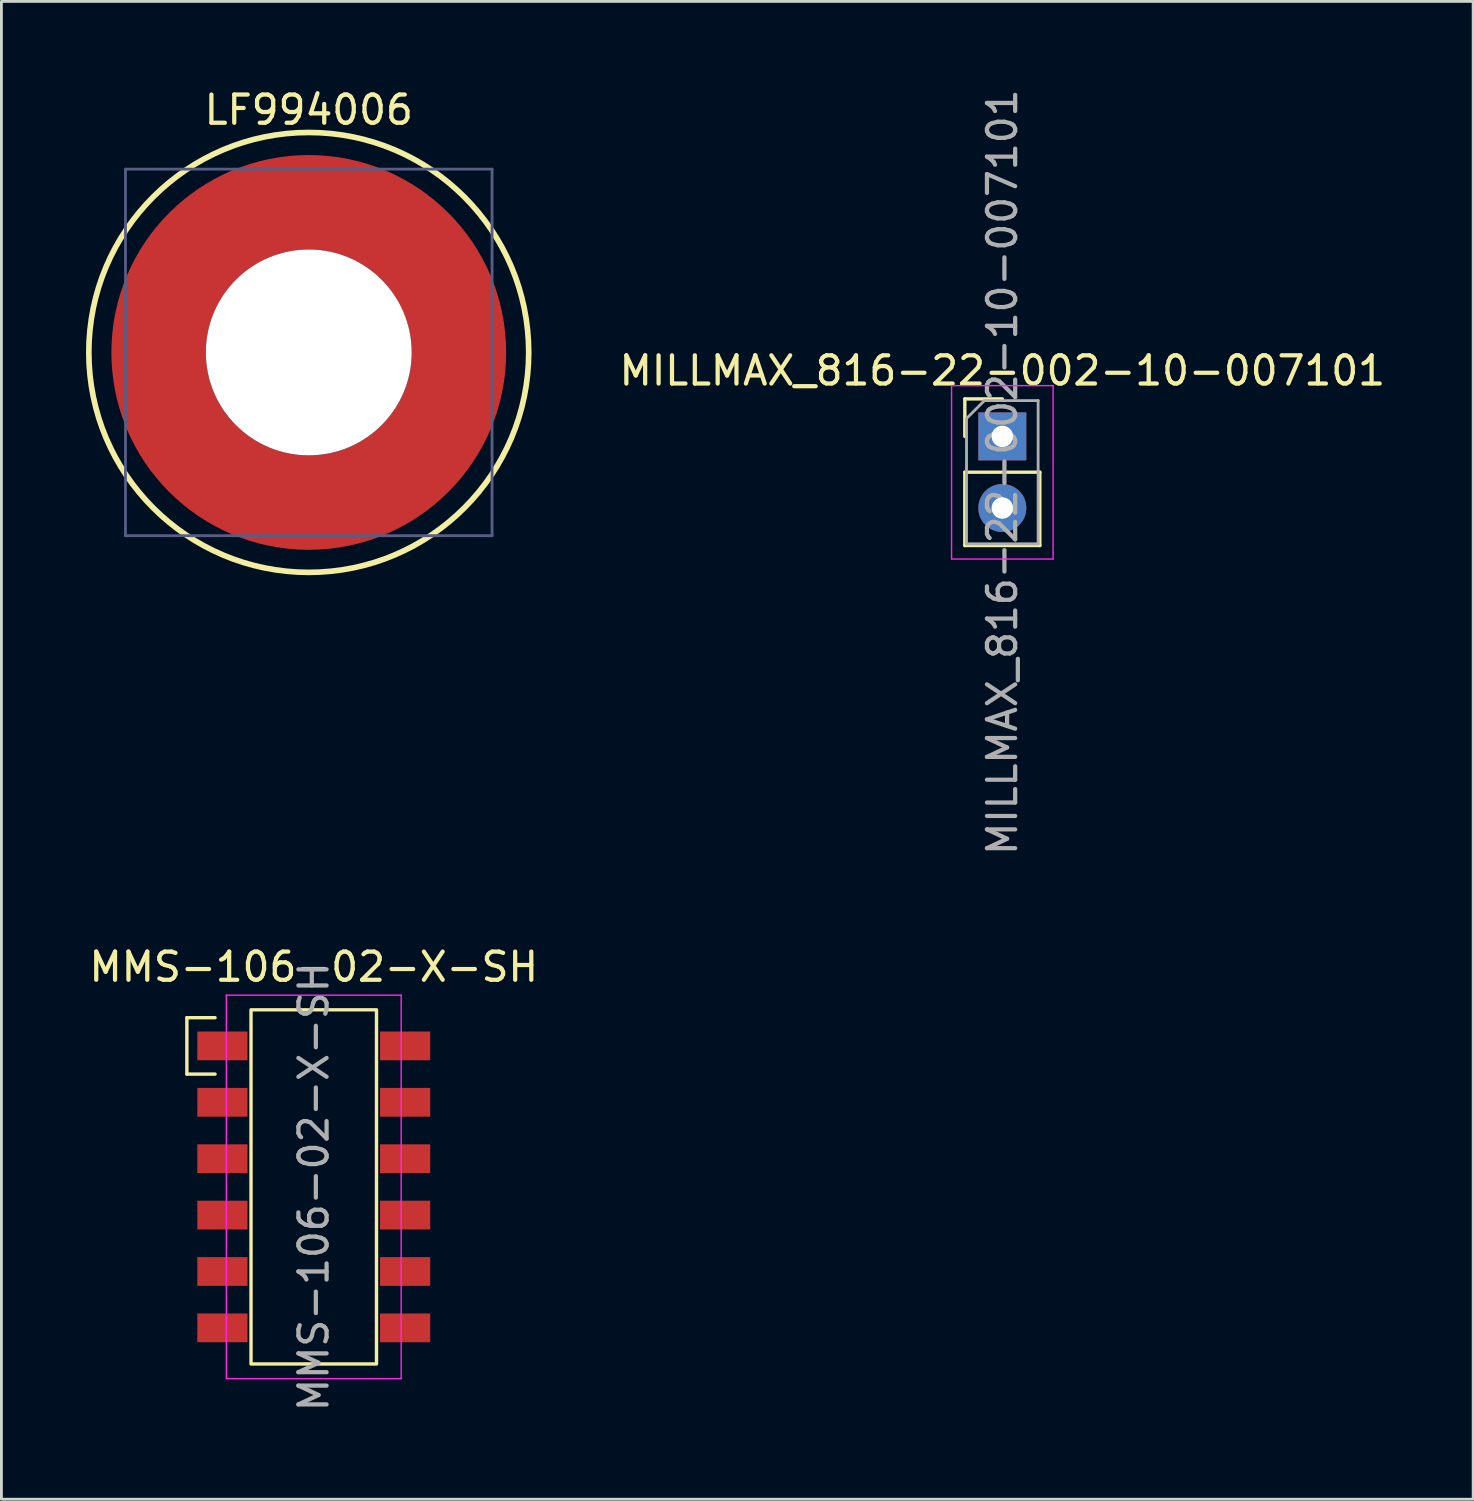
<source format=kicad_pcb>
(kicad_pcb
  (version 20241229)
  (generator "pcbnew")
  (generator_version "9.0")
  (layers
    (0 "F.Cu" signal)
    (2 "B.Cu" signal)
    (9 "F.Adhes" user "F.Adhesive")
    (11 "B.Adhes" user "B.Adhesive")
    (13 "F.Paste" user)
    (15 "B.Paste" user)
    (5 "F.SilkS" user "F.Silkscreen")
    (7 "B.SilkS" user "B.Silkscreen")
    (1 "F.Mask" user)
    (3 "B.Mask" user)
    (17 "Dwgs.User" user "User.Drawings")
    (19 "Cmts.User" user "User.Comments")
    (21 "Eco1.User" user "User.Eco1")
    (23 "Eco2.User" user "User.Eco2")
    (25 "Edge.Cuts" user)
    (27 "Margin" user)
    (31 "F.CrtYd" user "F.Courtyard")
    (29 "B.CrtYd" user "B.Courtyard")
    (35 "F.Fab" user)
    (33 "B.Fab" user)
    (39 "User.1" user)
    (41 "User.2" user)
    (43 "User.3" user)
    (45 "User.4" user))
  (footprint "LF994006"
    (layer "F.Cu")
    (at 7.9 9.448)
    (property "Reference" "LF994006" (at 0 -8.6 0) (layer "F.SilkS") (effects (font (size 1 1) (thickness 0.15))))
    (fp_circle (center 0 0) (end 0 -5.325) (stroke (width 3.35) (type solid)) (fill no) (layer "F.Cu"))
    (fp_circle (center 0 0) (end 0 -7.8) (stroke (width 0.2) (type solid)) (fill no) (layer "F.SilkS"))
    (fp_poly (pts (xy -6.828 -0.501) (xy -6.799 -0.907) (xy -6.644 -1.706) (xy -6.395 -2.481) (xy -6.057 -3.221) (xy -5.633 -3.915) (xy -5.13 -4.555) (xy -4.554 -5.13) (xy -3.915 -5.633) (xy -3.22 -6.057) (xy -2.48 -6.396) (xy -1.705 -6.644) (xy -0.906 -6.799) (xy -0.5 -6.828) (xy -0.5 -6.828) (xy -0.5 -3.761) (xy -0.706 -3.734) (xy -1.112 -3.644) (xy -1.504 -3.509) (xy -1.879 -3.33) (xy -2.232 -3.11) (xy -2.557 -2.852) (xy -2.851 -2.558) (xy -3.109 -2.233) (xy -3.329 -1.88) (xy -3.508 -1.505) (xy -3.643 -1.112) (xy -3.733 -0.707) (xy -3.76 -0.501) (xy -3.76 -0.501)) (stroke (width 0) (type default)) (fill yes) (layer "F.Paste"))
    (fp_poly (pts (xy -0.501 6.828) (xy -0.907 6.799) (xy -1.706 6.644) (xy -2.481 6.395) (xy -3.221 6.057) (xy -3.915 5.633) (xy -4.555 5.13) (xy -5.13 4.554) (xy -5.633 3.915) (xy -6.057 3.22) (xy -6.396 2.48) (xy -6.644 1.705) (xy -6.799 0.906) (xy -6.828 0.5) (xy -6.828 0.5) (xy -3.761 0.5) (xy -3.734 0.706) (xy -3.644 1.112) (xy -3.509 1.504) (xy -3.33 1.879) (xy -3.11 2.232) (xy -2.852 2.557) (xy -2.558 2.851) (xy -2.233 3.109) (xy -1.88 3.329) (xy -1.505 3.508) (xy -1.112 3.643) (xy -0.707 3.733) (xy -0.501 3.76) (xy -0.501 3.76)) (stroke (width 0) (type default)) (fill yes) (layer "F.Paste"))
    (fp_poly (pts (xy 0.501 -6.828) (xy 0.907 -6.799) (xy 1.706 -6.644) (xy 2.481 -6.395) (xy 3.221 -6.057) (xy 3.915 -5.633) (xy 4.555 -5.13) (xy 5.13 -4.554) (xy 5.633 -3.915) (xy 6.057 -3.22) (xy 6.396 -2.48) (xy 6.644 -1.705) (xy 6.799 -0.906) (xy 6.828 -0.5) (xy 6.828 -0.5) (xy 3.761 -0.5) (xy 3.734 -0.706) (xy 3.644 -1.112) (xy 3.509 -1.504) (xy 3.33 -1.879) (xy 3.11 -2.232) (xy 2.852 -2.557) (xy 2.558 -2.851) (xy 2.233 -3.109) (xy 1.88 -3.329) (xy 1.505 -3.508) (xy 1.112 -3.643) (xy 0.707 -3.733) (xy 0.501 -3.76) (xy 0.501 -3.76)) (stroke (width 0) (type default)) (fill yes) (layer "F.Paste"))
    (fp_poly (pts (xy 6.828 0.501) (xy 6.799 0.907) (xy 6.644 1.706) (xy 6.395 2.481) (xy 6.057 3.221) (xy 5.633 3.915) (xy 5.13 4.555) (xy 4.554 5.13) (xy 3.915 5.633) (xy 3.22 6.057) (xy 2.48 6.396) (xy 1.705 6.644) (xy 0.906 6.799) (xy 0.5 6.828) (xy 0.5 6.828) (xy 0.5 3.761) (xy 0.706 3.734) (xy 1.112 3.644) (xy 1.504 3.509) (xy 1.879 3.33) (xy 2.232 3.11) (xy 2.557 2.852) (xy 2.851 2.558) (xy 3.109 2.233) (xy 3.329 1.88) (xy 3.508 1.505) (xy 3.643 1.112) (xy 3.733 0.707) (xy 3.76 0.501) (xy 3.76 0.501)) (stroke (width 0) (type default)) (fill yes) (layer "F.Paste"))
    (fp_line (start -0.889 0) (end 0.889 0) (stroke (width 0.1) (type solid)) (layer "Eco2.User"))
    (fp_line (start 0 0.889) (end 0 -0.889) (stroke (width 0.1) (type solid)) (layer "Eco2.User"))
    (fp_circle (center 0 0) (end 0 -7) (stroke (width 0.1) (type solid)) (fill no) (layer "Eco2.User"))
    (fp_line (start -6.5 -6.5) (end 6.5 -6.5) (stroke (width 0.1) (type solid)) (layer "B.Fab"))
    (fp_line (start -6.5 6.5) (end -6.5 -6.5) (stroke (width 0.1) (type solid)) (layer "B.Fab"))
    (fp_line (start -6.5 6.5) (end 6.5 6.5) (stroke (width 0.1) (type solid)) (layer "B.Fab"))
    (fp_line (start 6.5 6.5) (end 6.5 -6.5) (stroke (width 0.1) (type solid)) (layer "B.Fab"))
    (fp_circle (center 0 0) (end 0 -6.5) (stroke (width 0.1) (type solid)) (fill no) (layer "User.3"))
    (pad "" np_thru_hole circle (at 0 0) (size 7.3 7.3) (drill 7.3) (layers "*.Cu" "*.Mask"))
    (pad "1" smd circle (at -5.49 -2.558) (size 1.25 1.25) (layers "F.Cu" "F.Mask" "F.Paste"))
    (pad "1" smd circle (at -4.083 4.212) (size 1.25 1.25) (layers "F.Cu" "F.Mask" "F.Paste"))
    (pad "1" smd circle (at 3.983 -4.189) (size 1.25 1.25) (layers "F.Cu" "F.Mask" "F.Paste"))
    (pad "1" smd circle (at 4.519 3.363) (size 1.25 1.25) (layers "F.Cu" "F.Mask" "F.Paste"))
    (zone (net_name "") (layers "F.Cu" "B.Cu") (hatch edge 0.5) (connect_pads) (min_thickness 0.25) (filled_areas_thickness no) (keepout (tracks not_allowed) (vias not_allowed) (pads not_allowed) (copperpour not_allowed) (footprints allowed)) (placement (enabled no)) (fill) (polygon (pts (xy 8.517 5.286) (xy 8.922 5.366) (xy 9.318 5.486) (xy 9.699 5.644) (xy 10.063 5.839) (xy 10.407 6.068) (xy 10.726 6.33) (xy 11.018 6.622) (xy 11.28 6.942) (xy 11.509 7.285) (xy 11.704 7.649) (xy 11.862 8.031) (xy 11.982 8.426) (xy 12.062 8.831) (xy 12.103 9.242) (xy 12.103 9.655) (xy 12.062 10.066) (xy 11.982 10.471) (xy 11.862 10.866) (xy 11.704 11.247) (xy 11.509 11.612) (xy 11.28 11.955) (xy 11.018 12.274) (xy 10.726 12.566) (xy 10.407 12.828) (xy 10.063 13.058) (xy 9.699 13.252) (xy 9.318 13.41) (xy 8.922 13.53) (xy 8.517 13.611) (xy 8.106 13.651) (xy 7.694 13.651) (xy 7.283 13.611) (xy 6.878 13.53) (xy 6.482 13.41) (xy 6.101 13.252) (xy 5.737 13.058) (xy 5.393 12.828) (xy 5.074 12.566) (xy 4.782 12.274) (xy 4.52 11.955) (xy 4.291 11.612) (xy 4.096 11.247) (xy 3.938 10.866) (xy 3.818 10.471) (xy 3.738 10.066) (xy 3.697 9.655) (xy 3.697 9.246) (xy 3.792 9.246) (xy 3.792 9.65) (xy 3.832 10.052) (xy 3.91 10.448) (xy 4.027 10.834) (xy 4.182 11.207) (xy 4.372 11.563) (xy 4.596 11.898) (xy 4.853 12.21) (xy 5.138 12.496) (xy 5.45 12.752) (xy 5.786 12.976) (xy 6.141 13.166) (xy 6.514 13.321) (xy 6.901 13.438) (xy 7.297 13.517) (xy 7.698 13.556) (xy 8.102 13.556) (xy 8.503 13.517) (xy 8.899 13.438) (xy 9.286 13.321) (xy 9.659 13.166) (xy 10.014 12.976) (xy 10.35 12.752) (xy 10.662 12.496) (xy 10.947 12.21) (xy 11.204 11.898) (xy 11.428 11.563) (xy 11.618 11.207) (xy 11.773 10.834) (xy 11.89 10.448) (xy 11.968 10.052) (xy 12.008 9.65) (xy 12.008 9.246) (xy 11.968 8.845) (xy 11.89 8.449) (xy 11.773 8.063) (xy 11.618 7.69) (xy 11.428 7.334) (xy 11.204 6.998) (xy 10.947 6.686) (xy 10.662 6.401) (xy 10.35 6.145) (xy 10.014 5.92) (xy 9.659 5.73) (xy 9.286 5.576) (xy 8.899 5.459) (xy 8.503 5.38) (xy 8.102 5.34) (xy 7.698 5.34) (xy 7.297 5.38) (xy 6.901 5.459) (xy 6.514 5.576) (xy 6.141 5.73) (xy 5.786 5.92) (xy 5.45 6.145) (xy 5.138 6.401) (xy 4.853 6.686) (xy 4.596 6.998) (xy 4.372 7.334) (xy 4.182 7.69) (xy 4.027 8.063) (xy 3.91 8.449) (xy 3.832 8.845) (xy 3.792 9.246) (xy 3.697 9.246) (xy 3.697 9.242) (xy 3.738 8.831) (xy 3.818 8.426) (xy 3.938 8.031) (xy 4.096 7.649) (xy 4.291 7.285) (xy 4.52 6.942) (xy 4.782 6.622) (xy 5.074 6.33) (xy 5.393 6.068) (xy 5.737 5.839) (xy 6.101 5.644) (xy 6.482 5.486) (xy 6.878 5.366) (xy 7.283 5.286) (xy 7.694 5.245) (xy 8.106 5.245)))))
  (footprint "MMS-106-02-X-SH"
    (layer "F.Cu")
    (at 8.077 39.041)
    (property "Reference" "MMS-106-02-X-SH" (at 0 -7.8 0) (layer "F.SilkS") (effects (font (size 1 1) (thickness 0.15))))
    (attr smd)
    (fp_line (start -4.5 -6) (end -4.5 -4) (stroke (width 0.12) (type solid)) (layer "F.SilkS"))
    (fp_line (start -4.5 -4) (end -3.5 -4) (stroke (width 0.12) (type solid)) (layer "F.SilkS"))
    (fp_line (start -3.5 -6) (end -4.5 -6) (stroke (width 0.12) (type solid)) (layer "F.SilkS"))
    (fp_rect (start -2.225 -6.28) (end 2.225 6.28) (stroke (width 0.12) (type solid)) (fill no) (layer "F.SilkS"))
    (fp_line (start -3.1 -6.8) (end 3.1 -6.8) (stroke (width 0.05) (type solid)) (layer "F.CrtYd"))
    (fp_line (start -3.1 6.8) (end -3.1 -6.8) (stroke (width 0.05) (type solid)) (layer "F.CrtYd"))
    (fp_line (start 3.1 -6.8) (end 3.1 6.8) (stroke (width 0.05) (type solid)) (layer "F.CrtYd"))
    (fp_line (start 3.1 6.8) (end -3.1 6.8) (stroke (width 0.05) (type solid)) (layer "F.CrtYd"))
    (fp_text user "${REFERENCE}" (at 0 0 90) (layer "F.Fab") (effects (font (size 1 1) (thickness 0.15))))
    (pad "1" smd rect (at -3.24 -5) (size 1.78 1.02) (layers "F.Cu" "F.Mask" "F.Paste"))
    (pad "1" smd rect (at 3.24 -5) (size 1.78 1.02) (layers "F.Cu" "F.Mask" "F.Paste"))
    (pad "2" smd rect (at -3.24 -3) (size 1.78 1.02) (layers "F.Cu" "F.Mask" "F.Paste"))
    (pad "2" smd rect (at 3.24 -3) (size 1.78 1.02) (layers "F.Cu" "F.Mask" "F.Paste"))
    (pad "3" smd rect (at -3.24 -1) (size 1.78 1.02) (layers "F.Cu" "F.Mask" "F.Paste"))
    (pad "3" smd rect (at 3.24 -1) (size 1.78 1.02) (layers "F.Cu" "F.Mask" "F.Paste"))
    (pad "4" smd rect (at -3.24 1) (size 1.78 1.02) (layers "F.Cu" "F.Mask" "F.Paste"))
    (pad "4" smd rect (at 3.24 1) (size 1.78 1.02) (layers "F.Cu" "F.Mask" "F.Paste"))
    (pad "5" smd rect (at -3.24 3) (size 1.78 1.02) (layers "F.Cu" "F.Mask" "F.Paste"))
    (pad "5" smd rect (at 3.24 3) (size 1.78 1.02) (layers "F.Cu" "F.Mask" "F.Paste"))
    (pad "6" smd rect (at -3.24 5) (size 1.78 1.02) (layers "F.Cu" "F.Mask" "F.Paste"))
    (pad "6" smd rect (at 3.24 5) (size 1.78 1.02) (layers "F.Cu" "F.Mask" "F.Paste")))
  (footprint "MILLMAX_816-22-002-10-007101"
    (layer "F.Cu")
    (at 32.496 12.426)
    (property "Reference" "MILLMAX_816-22-002-10-007101" (at 0 -2.33 0) (layer "F.SilkS") (effects (font (size 1 1) (thickness 0.15))))
    (attr through_hole)
    (fp_line (start -1.33 -1.33) (end 0 -1.33) (stroke (width 0.12) (type solid)) (layer "F.SilkS"))
    (fp_line (start -1.33 0) (end -1.33 -1.33) (stroke (width 0.12) (type solid)) (layer "F.SilkS"))
    (fp_line (start -1.33 1.27) (end -1.33 3.87) (stroke (width 0.12) (type solid)) (layer "F.SilkS"))
    (fp_line (start -1.33 1.27) (end 1.33 1.27) (stroke (width 0.12) (type solid)) (layer "F.SilkS"))
    (fp_line (start -1.33 3.87) (end 1.33 3.87) (stroke (width 0.12) (type solid)) (layer "F.SilkS"))
    (fp_line (start 1.33 1.27) (end 1.33 3.87) (stroke (width 0.12) (type solid)) (layer "F.SilkS"))
    (fp_line (start -1.8 -1.8) (end -1.8 4.35) (stroke (width 0.05) (type solid)) (layer "F.CrtYd"))
    (fp_line (start -1.8 4.35) (end 1.8 4.35) (stroke (width 0.05) (type solid)) (layer "F.CrtYd"))
    (fp_line (start 1.8 -1.8) (end -1.8 -1.8) (stroke (width 0.05) (type solid)) (layer "F.CrtYd"))
    (fp_line (start 1.8 4.35) (end 1.8 -1.8) (stroke (width 0.05) (type solid)) (layer "F.CrtYd"))
    (fp_line (start -1.27 -0.635) (end -0.635 -1.27) (stroke (width 0.1) (type solid)) (layer "F.Fab"))
    (fp_line (start -1.27 3.81) (end -1.27 -0.635) (stroke (width 0.1) (type solid)) (layer "F.Fab"))
    (fp_line (start -0.635 -1.27) (end 1.27 -1.27) (stroke (width 0.1) (type solid)) (layer "F.Fab"))
    (fp_line (start 1.27 -1.27) (end 1.27 3.81) (stroke (width 0.1) (type solid)) (layer "F.Fab"))
    (fp_line (start 1.27 3.81) (end -1.27 3.81) (stroke (width 0.1) (type solid)) (layer "F.Fab"))
    (fp_text user "${REFERENCE}" (at 0 1.27 90) (layer "F.Fab") (effects (font (size 1 1) (thickness 0.15))))
    (pad "1" thru_hole rect (at 0 0) (size 1.7 1.7) (drill 0.76) (layers "*.Cu" "*.Mask"))
    (pad "2" thru_hole oval (at 0 2.54) (size 1.7 1.7) (drill 0.76) (layers "*.Cu" "*.Mask")))
  (gr_rect
    (start -3 -3)
    (end 49.193 50.118)
    (stroke (width 0.1) (type default))
    (fill no)
    (layer "Edge.Cuts")))
</source>
